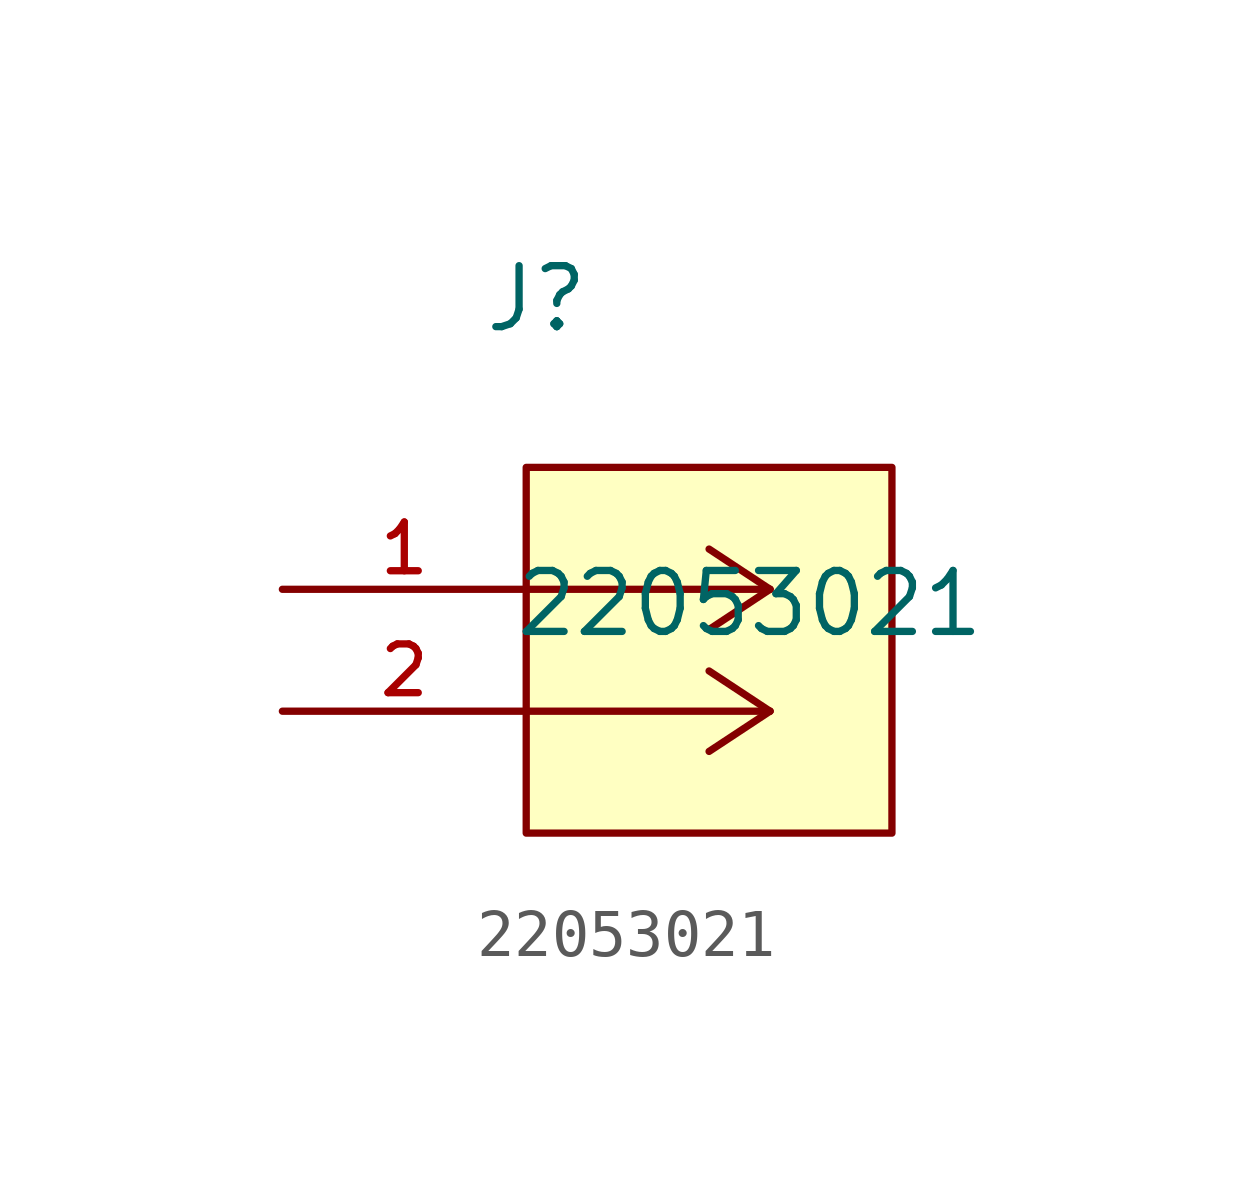
<source format=kicad_sym>
(kicad_symbol_lib
  (version 20211014)
  (generator kicad_symbol_editor)
  (symbol "22053021"
    (pin_names
      (offset 1.016))
    (property "Reference" "J"
      (at 4.166 5.309 0.0)
      (effects (font (size 1.27 1.27)) (justify bottom left)))
    (property "Value" "22053021"
      (at 4.801 -1.041 0.0)
      (effects (font (size 1.27 1.27)) (justify bottom left)))
    (symbol "22053021_0_0"
      (polyline (pts (xy 10.16 0.0) (xy 5.08 0.0)) (stroke (width 0.152)))
      (polyline (pts (xy 10.16 -2.54) (xy 5.08 -2.54)) (stroke (width 0.152)))
      (polyline (pts (xy 10.16 0.0) (xy 8.89 0.838)) (stroke (width 0.152)))
      (polyline (pts (xy 10.16 -2.54) (xy 8.89 -1.702)) (stroke (width 0.152)))
      (polyline (pts (xy 10.16 0.0) (xy 8.89 -0.838)) (stroke (width 0.152)))
      (polyline (pts (xy 10.16 -2.54) (xy 8.89 -3.378)) (stroke (width 0.152)))
      (rectangle (start 5.08 -5.08) (end 12.7 2.54) (stroke (width 0.152)) (fill (type background)))
      (pin passive line (at 0.0 0.0 0) (length 5.08) (name "~" (effects (font (size 1.016 1.016)))) (number "1" (effects (font (size 1.016 1.016)))))
      (pin passive line (at 0.0 -2.54 0) (length 5.08) (name "~" (effects (font (size 1.016 1.016)))) (number "2" (effects (font (size 1.016 1.016))))))))
</source>
